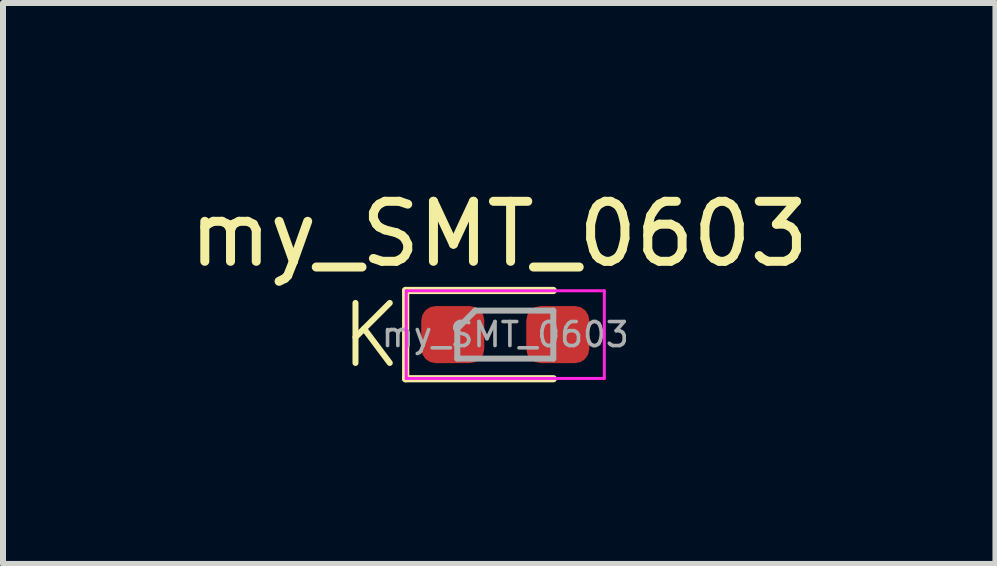
<source format=kicad_pcb>
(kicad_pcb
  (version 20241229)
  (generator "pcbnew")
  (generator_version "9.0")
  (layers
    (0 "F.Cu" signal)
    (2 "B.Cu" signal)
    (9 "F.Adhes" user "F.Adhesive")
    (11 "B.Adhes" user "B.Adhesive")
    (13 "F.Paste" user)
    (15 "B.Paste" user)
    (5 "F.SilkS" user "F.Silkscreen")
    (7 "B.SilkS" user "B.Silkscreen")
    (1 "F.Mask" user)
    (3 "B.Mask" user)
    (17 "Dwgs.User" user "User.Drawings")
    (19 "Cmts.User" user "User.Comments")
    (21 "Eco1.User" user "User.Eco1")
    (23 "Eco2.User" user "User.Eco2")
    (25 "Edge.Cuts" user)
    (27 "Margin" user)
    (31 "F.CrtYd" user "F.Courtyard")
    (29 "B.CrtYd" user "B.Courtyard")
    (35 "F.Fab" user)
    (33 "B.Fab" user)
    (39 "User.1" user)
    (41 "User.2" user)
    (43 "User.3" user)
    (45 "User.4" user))
  (footprint "my_SMT_0603"
    (layer "F.Cu")
    (at 5.369 2.525)
    (property "Reference" "my_SMT_0603" (at -0.102 -1.676 0) (layer "F.SilkS") (effects (font (size 1 1) (thickness 0.15))))
    (attr smd)
    (fp_line (start -1.66 -0.735) (end -1.66 0.735) (stroke (width 0.12) (type solid)) (layer "F.SilkS"))
    (fp_line (start -1.66 0.735) (end 0.8 0.735) (stroke (width 0.12) (type solid)) (layer "F.SilkS"))
    (fp_line (start 0.8 -0.735) (end -1.66 -0.735) (stroke (width 0.12) (type solid)) (layer "F.SilkS"))
    (fp_line (start -1.65 -0.73) (end 1.65 -0.73) (stroke (width 0.05) (type solid)) (layer "F.CrtYd"))
    (fp_line (start -1.65 0.73) (end -1.65 -0.73) (stroke (width 0.05) (type solid)) (layer "F.CrtYd"))
    (fp_line (start 1.65 -0.73) (end 1.65 0.73) (stroke (width 0.05) (type solid)) (layer "F.CrtYd"))
    (fp_line (start 1.65 0.73) (end -1.65 0.73) (stroke (width 0.05) (type solid)) (layer "F.CrtYd"))
    (fp_line (start -0.8 -0.1) (end -0.8 0.4) (stroke (width 0.1) (type solid)) (layer "F.Fab"))
    (fp_line (start -0.8 0.4) (end 0.8 0.4) (stroke (width 0.1) (type solid)) (layer "F.Fab"))
    (fp_line (start -0.5 -0.4) (end -0.8 -0.1) (stroke (width 0.1) (type solid)) (layer "F.Fab"))
    (fp_line (start 0.8 -0.4) (end -0.5 -0.4) (stroke (width 0.1) (type solid)) (layer "F.Fab"))
    (fp_line (start 0.8 0.4) (end 0.8 -0.4) (stroke (width 0.1) (type solid)) (layer "F.Fab"))
    (fp_text user "K" (at -2.8 0.6 0) (unlocked yes) (layer "F.SilkS") (effects (font (size 1 1) (thickness 0.1)) (justify left bottom)))
    (fp_text user "${REFERENCE}" (at 0 0 0) (layer "F.Fab") (effects (font (size 0.4 0.4) (thickness 0.06))))
    (pad "1" smd roundrect (at -0.875 0) (size 1.05 0.95) (layers "F.Cu" "F.Mask" "F.Paste") (roundrect_rratio 0.25))
    (pad "2" smd roundrect (at 0.875 0) (size 1.05 0.95) (layers "F.Cu" "F.Mask" "F.Paste") (roundrect_rratio 0.25)))
  (gr_rect
    (start -3 -3)
    (end 13.536 6.346)
    (stroke (width 0.1) (type default))
    (fill no)
    (layer "Edge.Cuts")))
</source>
